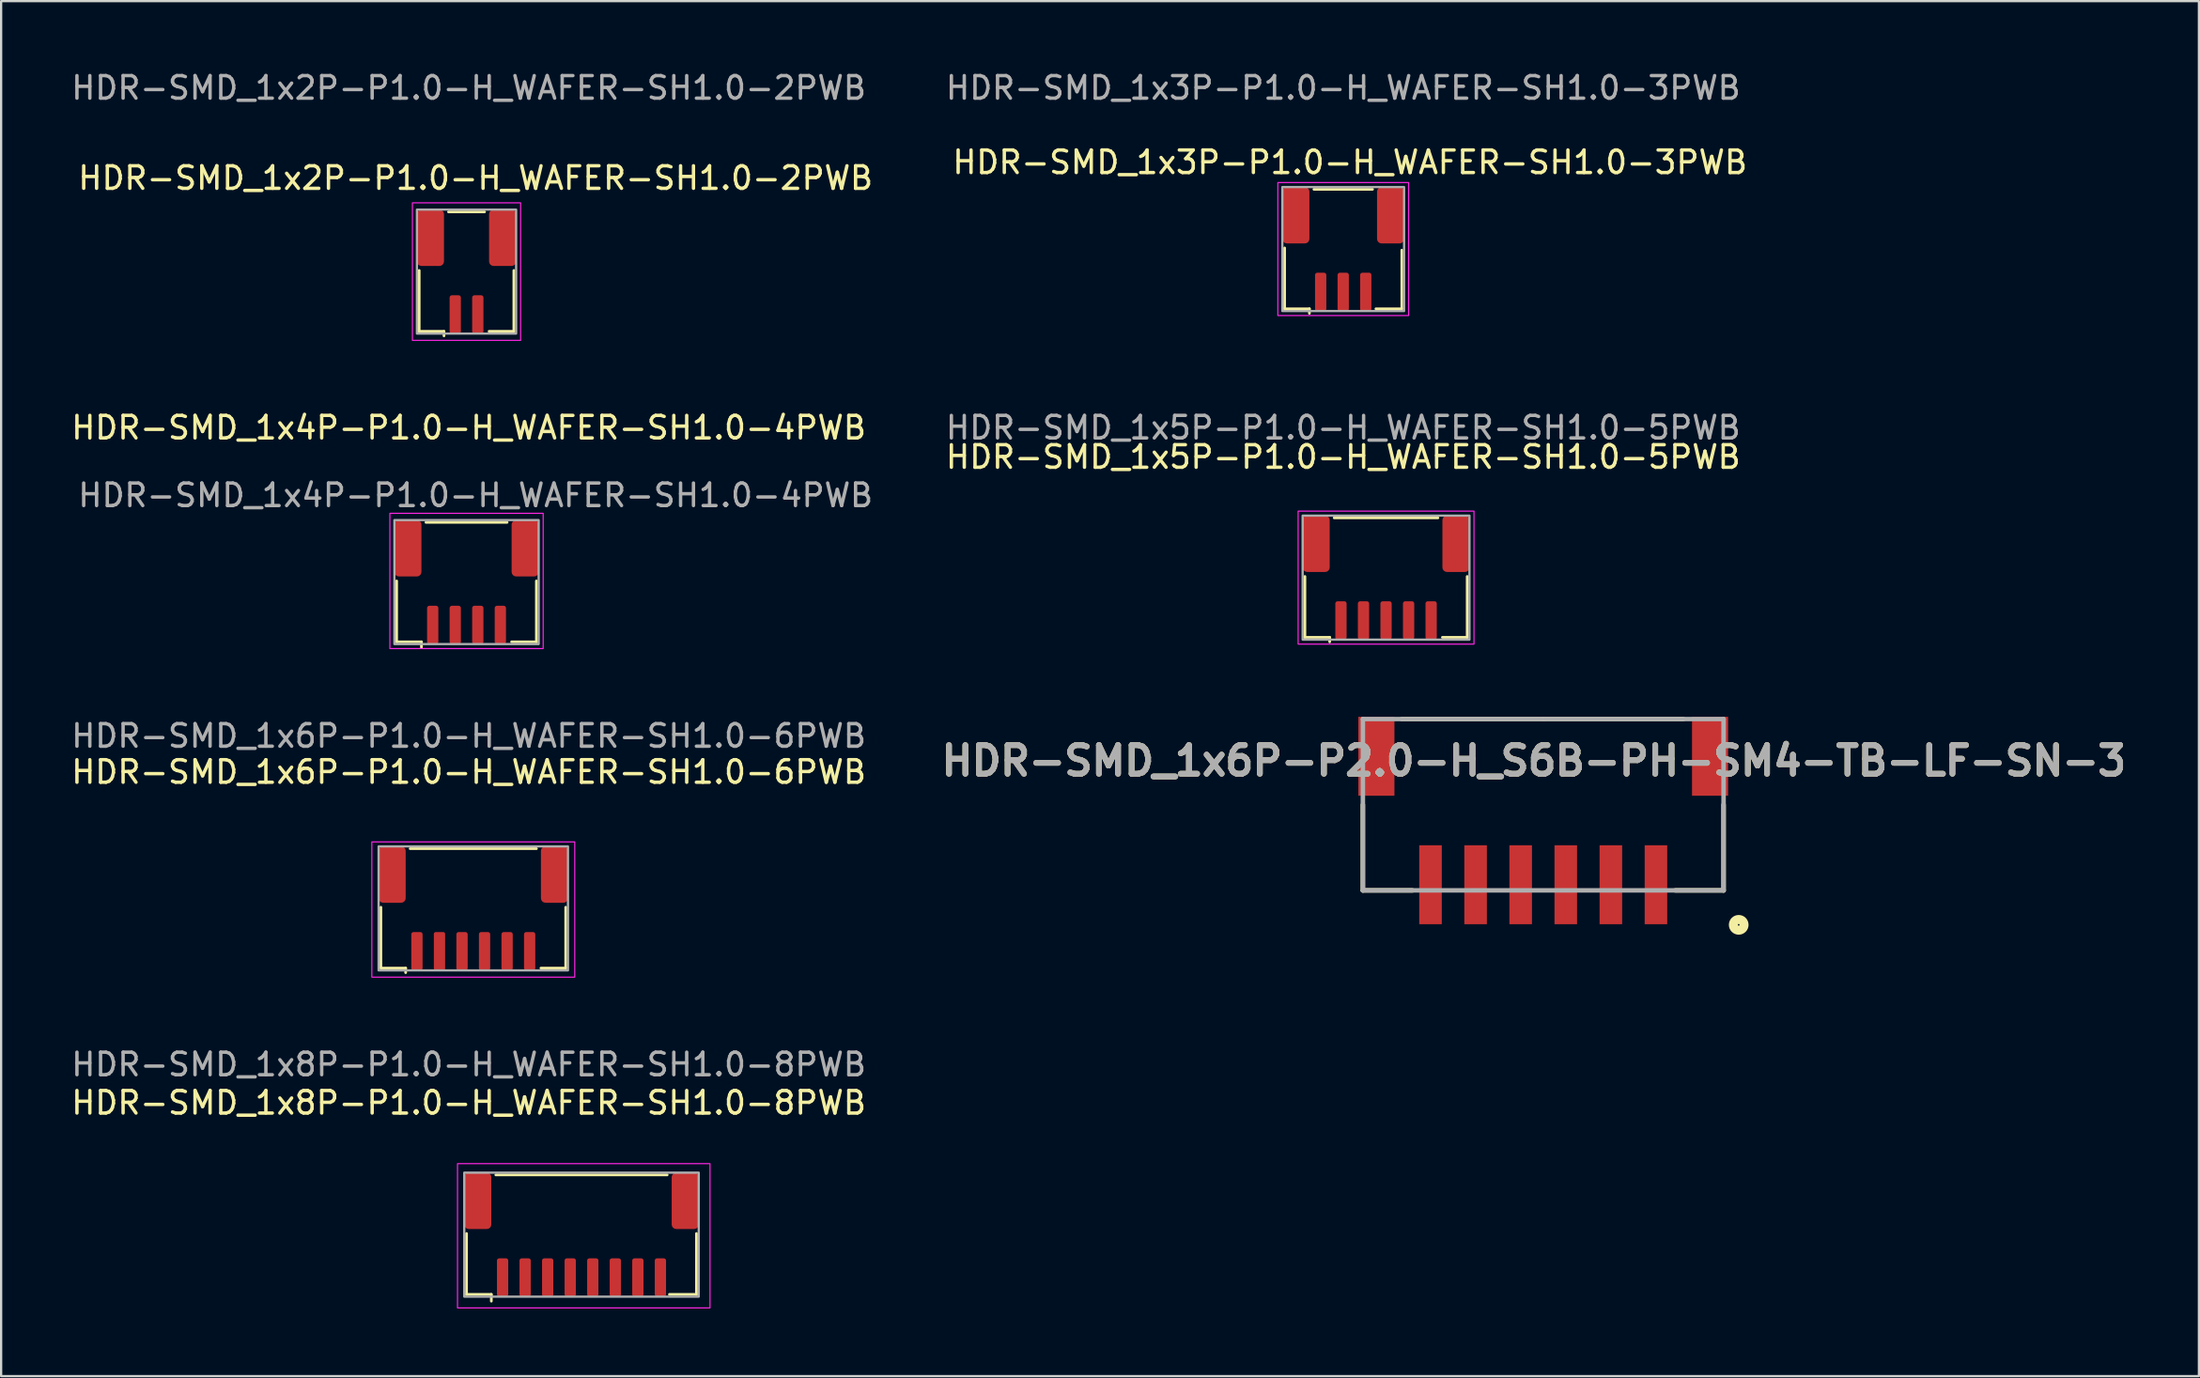
<source format=kicad_pcb>
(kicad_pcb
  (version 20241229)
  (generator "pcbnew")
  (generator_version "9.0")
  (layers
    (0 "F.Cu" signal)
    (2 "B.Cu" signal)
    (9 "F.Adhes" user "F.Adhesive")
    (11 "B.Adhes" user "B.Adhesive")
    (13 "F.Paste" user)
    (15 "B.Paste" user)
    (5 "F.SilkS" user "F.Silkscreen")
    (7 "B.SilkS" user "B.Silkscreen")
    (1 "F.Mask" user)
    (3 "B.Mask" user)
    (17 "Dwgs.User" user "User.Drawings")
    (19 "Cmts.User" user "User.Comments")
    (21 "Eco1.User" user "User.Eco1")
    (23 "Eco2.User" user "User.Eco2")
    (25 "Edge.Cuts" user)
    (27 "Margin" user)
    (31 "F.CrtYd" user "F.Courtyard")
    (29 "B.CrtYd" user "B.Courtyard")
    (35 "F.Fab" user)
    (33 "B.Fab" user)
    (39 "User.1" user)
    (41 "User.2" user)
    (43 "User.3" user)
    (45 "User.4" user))
  (footprint "HDR-SMD_1x5P-P1.0-H_WAFER-SH1.0-5PWB"
    (layer "F.Cu")
    (at 54.732 19.822)
    (property "Reference" "HDR-SMD_1x5P-P1.0-H_WAFER-SH1.0-5PWB" (at 1.8 -2.6 0) (unlocked yes) (layer "F.SilkS") (effects (font (size 1 1) (thickness 0.15))))
    (attr smd)
    (fp_line (start 0.1 2.7) (end 0.1 5.4) (stroke (width 0.12) (type solid)) (layer "F.SilkS"))
    (fp_line (start 0.1 5.4) (end 1.2 5.4) (stroke (width 0.12) (type solid)) (layer "F.SilkS"))
    (fp_line (start 1.2 5.4) (end 1.2 5.6) (stroke (width 0.12) (type solid)) (layer "F.SilkS"))
    (fp_line (start 1.4 0.1) (end 6 0.1) (stroke (width 0.12) (type solid)) (layer "F.SilkS"))
    (fp_line (start 6.2 5.4) (end 7.3 5.4) (stroke (width 0.12) (type solid)) (layer "F.SilkS"))
    (fp_line (start 7.3 5.4) (end 7.3 2.7) (stroke (width 0.12) (type solid)) (layer "F.SilkS"))
    (fp_rect (start -0.2 -0.2) (end 7.6 5.7) (stroke (width 0.05) (type solid)) (fill no) (layer "F.CrtYd"))
    (fp_rect (start 0 0) (end 7.4 5.5) (stroke (width 0.1) (type solid)) (fill no) (layer "F.Fab"))
    (fp_text user "${REFERENCE}" (at 1.8 -3.9 0) (unlocked yes) (layer "F.Fab") (effects (font (size 1 1) (thickness 0.15))))
    (pad "1" smd roundrect (at 1.7 4.65) (size 0.5 1.7) (layers "F.Cu" "F.Mask" "F.Paste") (roundrect_rratio 0.2))
    (pad "2" smd roundrect (at 2.7 4.65) (size 0.5 1.7) (layers "F.Cu" "F.Mask" "F.Paste") (roundrect_rratio 0.2))
    (pad "3" smd roundrect (at 3.7 4.65) (size 0.5 1.7) (layers "F.Cu" "F.Mask" "F.Paste") (roundrect_rratio 0.2))
    (pad "4" smd roundrect (at 4.7 4.65) (size 0.5 1.7) (layers "F.Cu" "F.Mask" "F.Paste") (roundrect_rratio 0.2))
    (pad "5" smd roundrect (at 5.7 4.65) (size 0.5 1.7) (layers "F.Cu" "F.Mask" "F.Paste") (roundrect_rratio 0.2))
    (pad "MP1" smd roundrect (at 0.6 1.25) (size 1.2 2.5) (layers "F.Cu" "F.Mask" "F.Paste") (roundrect_rratio 0.167))
    (pad "MP2" smd roundrect (at 6.8 1.25) (size 1.2 2.5) (layers "F.Cu" "F.Mask" "F.Paste") (roundrect_rratio 0.167)))
  (footprint "HDR-SMD_1x4P-P1.0-H_WAFER-SH1.0-4PWB"
    (layer "F.Cu")
    (at 14.444 20.021)
    (property "Reference" "HDR-SMD_1x4P-P1.0-H_WAFER-SH1.0-4PWB" (at 3.3 -4.1 0) (unlocked yes) (layer "F.SilkS") (effects (font (size 1 1) (thickness 0.15))))
    (attr smd)
    (fp_line (start 0.1 2.7) (end 0.1 5.4) (stroke (width 0.12) (type solid)) (layer "F.SilkS"))
    (fp_line (start 0.1 5.4) (end 1.2 5.4) (stroke (width 0.12) (type solid)) (layer "F.SilkS"))
    (fp_line (start 1.2 5.4) (end 1.2 5.65) (stroke (width 0.12) (type solid)) (layer "F.SilkS"))
    (fp_line (start 1.4 0.1) (end 5 0.1) (stroke (width 0.12) (type solid)) (layer "F.SilkS"))
    (fp_line (start 5.2 5.4) (end 6.3 5.4) (stroke (width 0.12) (type solid)) (layer "F.SilkS"))
    (fp_line (start 6.3 2.7) (end 6.3 5.4) (stroke (width 0.12) (type solid)) (layer "F.SilkS"))
    (fp_rect (start -0.2 -0.3) (end 6.6 5.7) (stroke (width 0.05) (type solid)) (fill no) (layer "F.CrtYd"))
    (fp_rect (start 0 0) (end 6.4 5.5) (stroke (width 0.1) (type solid)) (fill no) (layer "F.Fab"))
    (fp_text user "${REFERENCE}" (at 3.6 -1.1 0) (unlocked yes) (layer "F.Fab") (effects (font (size 1 1) (thickness 0.15))))
    (pad "1" smd roundrect (at 1.7 4.65) (size 0.5 1.7) (layers "F.Cu" "F.Mask" "F.Paste") (roundrect_rratio 0.2))
    (pad "2" smd roundrect (at 2.7 4.65) (size 0.5 1.7) (layers "F.Cu" "F.Mask" "F.Paste") (roundrect_rratio 0.2))
    (pad "3" smd roundrect (at 3.7 4.65) (size 0.5 1.7) (layers "F.Cu" "F.Mask" "F.Paste") (roundrect_rratio 0.2))
    (pad "4" smd roundrect (at 4.7 4.65) (size 0.5 1.7) (layers "F.Cu" "F.Mask" "F.Paste") (roundrect_rratio 0.2))
    (pad "MP1" smd roundrect (at 0.6 1.25) (size 1.2 2.5) (layers "F.Cu" "F.Mask" "F.Paste") (roundrect_rratio 0.167))
    (pad "MP2" smd roundrect (at 5.8 1.25) (size 1.2 2.5) (layers "F.Cu" "F.Mask" "F.Paste") (roundrect_rratio 0.167)))
  (footprint "HDR-SMD_1x8P-P1.0-H_WAFER-SH1.0-8PWB"
    (layer "F.Cu")
    (at 17.544 48.968)
    (property "Reference" "HDR-SMD_1x8P-P1.0-H_WAFER-SH1.0-8PWB" (at 0.2 -3.1 0) (unlocked yes) (layer "F.SilkS") (effects (font (size 1 1) (thickness 0.15))))
    (attr smd)
    (fp_line (start 0.1 2.7) (end 0.1 5.4) (stroke (width 0.12) (type solid)) (layer "F.SilkS"))
    (fp_line (start 0.1 5.4) (end 1.2 5.4) (stroke (width 0.12) (type solid)) (layer "F.SilkS"))
    (fp_line (start 1.2 5.4) (end 1.2 5.7) (stroke (width 0.12) (type solid)) (layer "F.SilkS"))
    (fp_line (start 1.4 0.1) (end 9 0.1) (stroke (width 0.12) (type solid)) (layer "F.SilkS"))
    (fp_line (start 9.1 5.4) (end 10.3 5.4) (stroke (width 0.12) (type solid)) (layer "F.SilkS"))
    (fp_line (start 10.3 2.7) (end 10.3 5.4) (stroke (width 0.12) (type solid)) (layer "F.SilkS"))
    (fp_rect (start -0.3 -0.4) (end 10.9 6) (stroke (width 0.05) (type solid)) (fill no) (layer "F.CrtYd"))
    (fp_rect (start 0 0) (end 10.4 5.5) (stroke (width 0.1) (type solid)) (fill no) (layer "F.Fab"))
    (fp_text user "${REFERENCE}" (at 0.2 -4.8 0) (unlocked yes) (layer "F.Fab") (effects (font (size 1 1) (thickness 0.15))))
    (pad "1" smd roundrect (at 1.7 4.65) (size 0.5 1.7) (layers "F.Cu" "F.Mask" "F.Paste") (roundrect_rratio 0.2))
    (pad "2" smd roundrect (at 2.7 4.65) (size 0.5 1.7) (layers "F.Cu" "F.Mask" "F.Paste") (roundrect_rratio 0.2))
    (pad "3" smd roundrect (at 3.7 4.65) (size 0.5 1.7) (layers "F.Cu" "F.Mask" "F.Paste") (roundrect_rratio 0.2))
    (pad "4" smd roundrect (at 4.7 4.65) (size 0.5 1.7) (layers "F.Cu" "F.Mask" "F.Paste") (roundrect_rratio 0.2))
    (pad "5" smd roundrect (at 5.7 4.65) (size 0.5 1.7) (layers "F.Cu" "F.Mask" "F.Paste") (roundrect_rratio 0.2))
    (pad "6" smd roundrect (at 6.7 4.65) (size 0.5 1.7) (layers "F.Cu" "F.Mask" "F.Paste") (roundrect_rratio 0.2))
    (pad "7" smd roundrect (at 7.7 4.65) (size 0.5 1.7) (layers "F.Cu" "F.Mask" "F.Paste") (roundrect_rratio 0.2))
    (pad "8" smd roundrect (at 8.7 4.65) (size 0.5 1.7) (layers "F.Cu" "F.Mask" "F.Paste") (roundrect_rratio 0.2))
    (pad "MP1" smd roundrect (at 0.6 1.25) (size 1.2 2.5) (layers "F.Cu" "F.Mask" "F.Paste") (roundrect_rratio 0.167))
    (pad "MP2" smd roundrect (at 9.8 1.25) (size 1.2 2.5) (layers "F.Cu" "F.Mask" "F.Paste") (roundrect_rratio 0.167)))
  (footprint "HDR-SMD_1x6P-P1.0-H_WAFER-SH1.0-6PWB"
    (layer "F.Cu")
    (at 13.744 34.495)
    (property "Reference" "HDR-SMD_1x6P-P1.0-H_WAFER-SH1.0-6PWB" (at 4 -3.3 0) (unlocked yes) (layer "F.SilkS") (effects (font (size 1 1) (thickness 0.15))))
    (attr smd)
    (fp_line (start 0.1 2.7) (end 0.1 5.4) (stroke (width 0.12) (type solid)) (layer "F.SilkS"))
    (fp_line (start 0.1 5.4) (end 1.2 5.4) (stroke (width 0.12) (type solid)) (layer "F.SilkS"))
    (fp_line (start 1.2 5.4) (end 1.2 5.6) (stroke (width 0.12) (type solid)) (layer "F.SilkS"))
    (fp_line (start 1.4 0.1) (end 7 0.1) (stroke (width 0.12) (type solid)) (layer "F.SilkS"))
    (fp_line (start 7.2 5.4) (end 8.3 5.4) (stroke (width 0.12) (type solid)) (layer "F.SilkS"))
    (fp_line (start 8.3 5.4) (end 8.3 2.7) (stroke (width 0.12) (type solid)) (layer "F.SilkS"))
    (fp_rect (start -0.3 -0.2) (end 8.7 5.8) (stroke (width 0.05) (type solid)) (fill no) (layer "F.CrtYd"))
    (fp_rect (start 0 0) (end 8.4 5.5) (stroke (width 0.1) (type solid)) (fill no) (layer "F.Fab"))
    (fp_text user "${REFERENCE}" (at 4 -4.9 0) (unlocked yes) (layer "F.Fab") (effects (font (size 1 1) (thickness 0.15))))
    (pad "1" smd roundrect (at 1.7 4.65) (size 0.5 1.7) (layers "F.Cu" "F.Mask" "F.Paste") (roundrect_rratio 0.2))
    (pad "2" smd roundrect (at 2.7 4.65) (size 0.5 1.7) (layers "F.Cu" "F.Mask" "F.Paste") (roundrect_rratio 0.167))
    (pad "3" smd roundrect (at 3.7 4.65) (size 0.5 1.7) (layers "F.Cu" "F.Mask" "F.Paste") (roundrect_rratio 0.2))
    (pad "4" smd roundrect (at 4.7 4.65) (size 0.5 1.7) (layers "F.Cu" "F.Mask" "F.Paste") (roundrect_rratio 0.2))
    (pad "5" smd roundrect (at 5.7 4.65) (size 0.5 1.7) (layers "F.Cu" "F.Mask" "F.Paste") (roundrect_rratio 0.2))
    (pad "6" smd roundrect (at 6.7 4.65) (size 0.5 1.7) (layers "F.Cu" "F.Mask" "F.Paste") (roundrect_rratio 0.2))
    (pad "MP1" smd roundrect (at 0.6 1.25) (size 1.2 2.5) (layers "F.Cu" "F.Mask" "F.Paste") (roundrect_rratio 0.167))
    (pad "MP2" smd roundrect (at 7.8 1.25) (size 1.2 2.5) (layers "F.Cu" "F.Mask" "F.Paste") (roundrect_rratio 0.167)))
  (footprint "HDR-SMD_1x3P-P1.0-H_WAFER-SH1.0-3PWB"
    (layer "F.Cu")
    (at 53.832 5.248)
    (property "Reference" "HDR-SMD_1x3P-P1.0-H_WAFER-SH1.0-3PWB" (at 3 -1.1 0) (unlocked yes) (layer "F.SilkS") (effects (font (size 1 1) (thickness 0.15))))
    (attr smd)
    (fp_line (start 0.1 2.7) (end 0.1 5.4) (stroke (width 0.12) (type solid)) (layer "F.SilkS"))
    (fp_line (start 0.1 5.4) (end 1.2 5.4) (stroke (width 0.12) (type solid)) (layer "F.SilkS"))
    (fp_line (start 1.2 5.4) (end 1.2 5.6) (stroke (width 0.12) (type solid)) (layer "F.SilkS"))
    (fp_line (start 1.4 0.1) (end 4 0.1) (stroke (width 0.12) (type solid)) (layer "F.SilkS"))
    (fp_line (start 4.15 5.4) (end 5.3 5.4) (stroke (width 0.12) (type solid)) (layer "F.SilkS"))
    (fp_line (start 5.3 2.8) (end 5.3 5.4) (stroke (width 0.12) (type solid)) (layer "F.SilkS"))
    (fp_rect (start -0.2 -0.2) (end 5.6 5.7) (stroke (width 0.05) (type solid)) (fill no) (layer "F.CrtYd"))
    (fp_rect (start 0 0) (end 5.4 5.5) (stroke (width 0.1) (type solid)) (fill no) (layer "F.Fab"))
    (fp_text user "${REFERENCE}" (at 2.7 -4.4 0) (unlocked yes) (layer "F.Fab") (effects (font (size 1 1) (thickness 0.15))))
    (pad "1" smd roundrect (at 1.7 4.65) (size 0.5 1.7) (layers "F.Cu" "F.Mask" "F.Paste") (roundrect_rratio 0.2))
    (pad "2" smd roundrect (at 2.7 4.65) (size 0.5 1.7) (layers "F.Cu" "F.Mask" "F.Paste") (roundrect_rratio 0.2))
    (pad "3" smd roundrect (at 3.7 4.65) (size 0.5 1.7) (layers "F.Cu" "F.Mask" "F.Paste") (roundrect_rratio 0.2))
    (pad "MP1" smd roundrect (at 0.6 1.25) (size 1.2 2.5) (layers "F.Cu" "F.Mask" "F.Paste") (roundrect_rratio 0.167))
    (pad "MP2" smd roundrect (at 4.8 1.25) (size 1.2 2.5) (layers "F.Cu" "F.Mask" "F.Paste") (roundrect_rratio 0.167)))
  (footprint "HDR-SMD_1x6P-P2.0-H_S6B-PH-SM4-TB-LF-SN-3"
    (layer "F.Cu")
    (at 65.404 36.197)
    (property "Reference" "HDR-SMD_1x6P-P2.0-H_S6B-PH-SM4-TB-LF-SN-3" (at -0.415 -5.499 0) (layer "F.SilkS") (effects (font (size 1.27 1.27) (thickness 0.254))))
    (attr smd)
    (fp_line (start -8 0.25) (end -8 -3.55) (stroke (width 0.2) (type solid)) (layer "F.SilkS"))
    (fp_line (start -8 0.25) (end -5.803 0.25) (stroke (width 0.2) (type solid)) (layer "F.SilkS"))
    (fp_line (start 0 -7.35) (end -6.275 -7.35) (stroke (width 0.2) (type solid)) (layer "F.SilkS"))
    (fp_line (start 0 -7.35) (end 6.212 -7.35) (stroke (width 0.2) (type solid)) (layer "F.SilkS"))
    (fp_line (start 8 0.25) (end 5.858 0.25) (stroke (width 0.2) (type solid)) (layer "F.SilkS"))
    (fp_line (start 8 0.25) (end 8 -3.55) (stroke (width 0.2) (type solid)) (layer "F.SilkS"))
    (fp_circle (center 8.671 1.778) (end 8.671 2.015) (stroke (width 0.4) (type solid)) (fill no) (layer "F.SilkS"))
    (fp_line (start -8 -7.35) (end -8 0.25) (stroke (width 0.2) (type solid)) (layer "F.Fab"))
    (fp_line (start -8 0.25) (end 8 0.25) (stroke (width 0.2) (type solid)) (layer "F.Fab"))
    (fp_line (start 8 -7.35) (end -8 -7.35) (stroke (width 0.2) (type solid)) (layer "F.Fab"))
    (fp_line (start 8 0.25) (end 8 -7.35) (stroke (width 0.2) (type solid)) (layer "F.Fab"))
    (fp_text user "${REFERENCE}" (at -0.415 -5.499 0) (layer "F.Fab") (effects (font (size 1.27 1.27) (thickness 0.254))))
    (pad "1" smd rect (at 5 0) (size 1 3.5) (layers "F.Cu" "F.Mask" "F.Paste"))
    (pad "2" smd rect (at 3 0) (size 1 3.5) (layers "F.Cu" "F.Mask" "F.Paste"))
    (pad "3" smd rect (at 1 0) (size 1 3.5) (layers "F.Cu" "F.Mask" "F.Paste"))
    (pad "4" smd rect (at -1 0) (size 1 3.5) (layers "F.Cu" "F.Mask" "F.Paste"))
    (pad "5" smd rect (at -3 0) (size 1 3.5) (layers "F.Cu" "F.Mask" "F.Paste"))
    (pad "6" smd rect (at -5 0) (size 1 3.5) (layers "F.Cu" "F.Mask" "F.Paste"))
    (pad "7" smd rect (at -7.4 -5.7) (size 1.6 3.5) (layers "F.Cu" "F.Mask" "F.Paste"))
    (pad "8" smd rect (at 7.4 -5.7) (size 1.6 3.5) (layers "F.Cu" "F.Mask" "F.Paste")))
  (footprint "HDR-SMD_1x2P-P1.0-H_WAFER-SH1.0-2PWB"
    (layer "F.Cu")
    (at 15.444 6.248)
    (property "Reference" "HDR-SMD_1x2P-P1.0-H_WAFER-SH1.0-2PWB" (at 2.6 -1.4 0) (unlocked yes) (layer "F.SilkS") (effects (font (size 1 1) (thickness 0.15))))
    (attr smd)
    (fp_line (start 0.1 2.7) (end 0.1 5.4) (stroke (width 0.12) (type solid)) (layer "F.SilkS"))
    (fp_line (start 0.1 5.4) (end 1.2 5.4) (stroke (width 0.12) (type solid)) (layer "F.SilkS"))
    (fp_line (start 1.2 5.4) (end 1.2 5.6) (stroke (width 0.12) (type solid)) (layer "F.SilkS"))
    (fp_line (start 1.4 0.1) (end 3 0.1) (stroke (width 0.12) (type solid)) (layer "F.SilkS"))
    (fp_line (start 4.3 2.7) (end 4.3 5.4) (stroke (width 0.12) (type solid)) (layer "F.SilkS"))
    (fp_line (start 4.3 5.4) (end 3.2 5.4) (stroke (width 0.12) (type solid)) (layer "F.SilkS"))
    (fp_rect (start -0.2 -0.3) (end 4.6 5.8) (stroke (width 0.05) (type solid)) (fill no) (layer "F.CrtYd"))
    (fp_rect (start 0 0) (end 4.4 5.5) (stroke (width 0.1) (type solid)) (fill no) (layer "F.Fab"))
    (fp_text user "${REFERENCE}" (at 2.3 -5.4 0) (unlocked yes) (layer "F.Fab") (effects (font (size 1 1) (thickness 0.15))))
    (pad "1" smd roundrect (at 1.7 4.65) (size 0.5 1.7) (layers "F.Cu" "F.Mask" "F.Paste") (roundrect_rratio 0.2))
    (pad "2" smd roundrect (at 2.7 4.65) (size 0.5 1.7) (layers "F.Cu" "F.Mask" "F.Paste") (roundrect_rratio 0.2))
    (pad "MP1" smd roundrect (at 0.6 1.25) (size 1.2 2.5) (layers "F.Cu" "F.Mask" "F.Paste") (roundrect_rratio 0.167))
    (pad "MP2" smd roundrect (at 3.8 1.25) (size 1.2 2.5) (layers "F.Cu" "F.Mask" "F.Paste") (roundrect_rratio 0.167)))
  (gr_rect
    (start -3 -3)
    (end 94.489 57.993)
    (stroke (width 0.1) (type default))
    (fill no)
    (layer "Edge.Cuts")))
</source>
